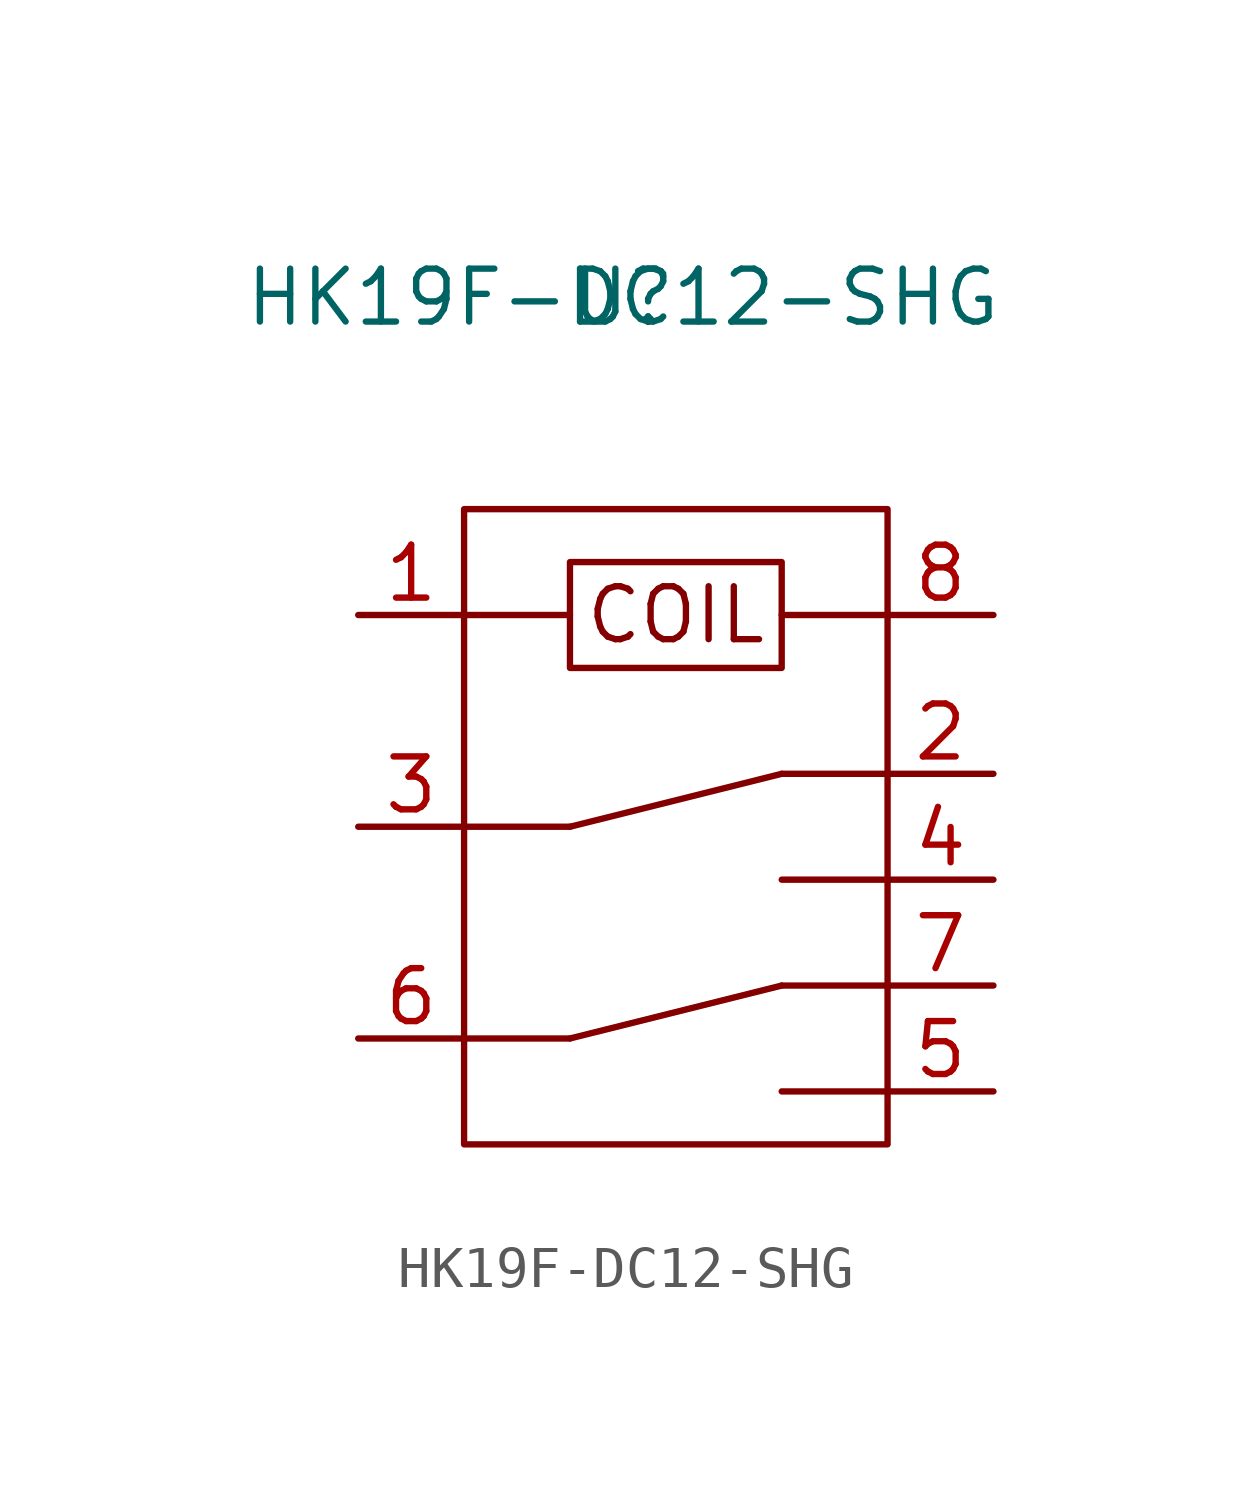
<source format=kicad_sym>
(kicad_symbol_lib
  (version 20211014)
  (generator kicad_symbol_editor)
  (symbol "HK19F-DC12-SHG"
    (property "Reference" "U"
      (at 0 0 0)
      (effects (font (size 1.27 1.27))))
    (property "Value" "HK19F-DC12-SHG"
      (at 0 0 0)
      (effects (font (size 1.27 1.27))))
    (symbol "HK19F-DC12-SHG_0_0"
      (rectangle (start -3.81 -5.08) (end 6.35 -20.32) (stroke (width 0) (type default) (color 0 0 0 0)) (fill (type none)))
      (rectangle (start -1.27 -6.35) (end 3.81 -8.89) (stroke (width 0) (type default) (color 0 0 0 0)) (fill (type none)))
      (polyline (pts (xy -3.81 -17.78) (xy -1.27 -17.78)) (stroke (width 0) (type default) (color 0 0 0 0)) (fill (type none)))
      (polyline (pts (xy -3.81 -12.7) (xy -1.27 -12.7)) (stroke (width 0) (type default) (color 0 0 0 0)) (fill (type none)))
      (polyline (pts (xy -3.81 -7.62) (xy -1.27 -7.62)) (stroke (width 0) (type default) (color 0 0 0 0)) (fill (type none)))
      (polyline (pts (xy -1.27 -17.78) (xy 3.81 -16.51)) (stroke (width 0) (type default) (color 0 0 0 0)) (fill (type none)))
      (polyline (pts (xy -1.27 -12.7) (xy 3.81 -11.43)) (stroke (width 0) (type default) (color 0 0 0 0)) (fill (type none)))
      (polyline (pts (xy 3.81 -19.05) (xy 6.35 -19.05)) (stroke (width 0) (type default) (color 0 0 0 0)) (fill (type none)))
      (polyline (pts (xy 3.81 -16.51) (xy 6.35 -16.51)) (stroke (width 0) (type default) (color 0 0 0 0)) (fill (type none)))
      (polyline (pts (xy 3.81 -13.97) (xy 6.35 -13.97)) (stroke (width 0) (type default) (color 0 0 0 0)) (fill (type none)))
      (polyline (pts (xy 3.81 -11.43) (xy 6.35 -11.43)) (stroke (width 0) (type default) (color 0 0 0 0)) (fill (type none)))
      (polyline (pts (xy 3.81 -7.62) (xy 6.35 -7.62)) (stroke (width 0) (type default) (color 0 0 0 0)) (fill (type none)))
      (text "COIL" (at 1.27 -7.62 0) (effects (font (size 1.27 1.27)))))
    (symbol "HK19F-DC12-SHG_1_1"
      (pin bidirectional line (at -6.35 -7.62 0) (length 2.54) (name "" (effects (font (size 1.27 1.27)))) (number "1" (effects (font (size 1.27 1.27)))))
      (pin bidirectional line (at 8.89 -11.43 180) (length 2.54) (name "" (effects (font (size 1.27 1.27)))) (number "2" (effects (font (size 1.27 1.27)))))
      (pin bidirectional line (at -6.35 -12.7 0) (length 2.54) (name "" (effects (font (size 1.27 1.27)))) (number "3" (effects (font (size 1.27 1.27)))))
      (pin bidirectional line (at 8.89 -13.97 180) (length 2.54) (name "" (effects (font (size 1.27 1.27)))) (number "4" (effects (font (size 1.27 1.27)))))
      (pin bidirectional line (at 8.89 -19.05 180) (length 2.54) (name "" (effects (font (size 1.27 1.27)))) (number "5" (effects (font (size 1.27 1.27)))))
      (pin bidirectional line (at -6.35 -17.78 0) (length 2.54) (name "" (effects (font (size 1.27 1.27)))) (number "6" (effects (font (size 1.27 1.27)))))
      (pin bidirectional line (at 8.89 -16.51 180) (length 2.54) (name "" (effects (font (size 1.27 1.27)))) (number "7" (effects (font (size 1.27 1.27)))))
      (pin bidirectional line (at 8.89 -7.62 180) (length 2.54) (name "" (effects (font (size 1.27 1.27)))) (number "8" (effects (font (size 1.27 1.27))))))))
</source>
